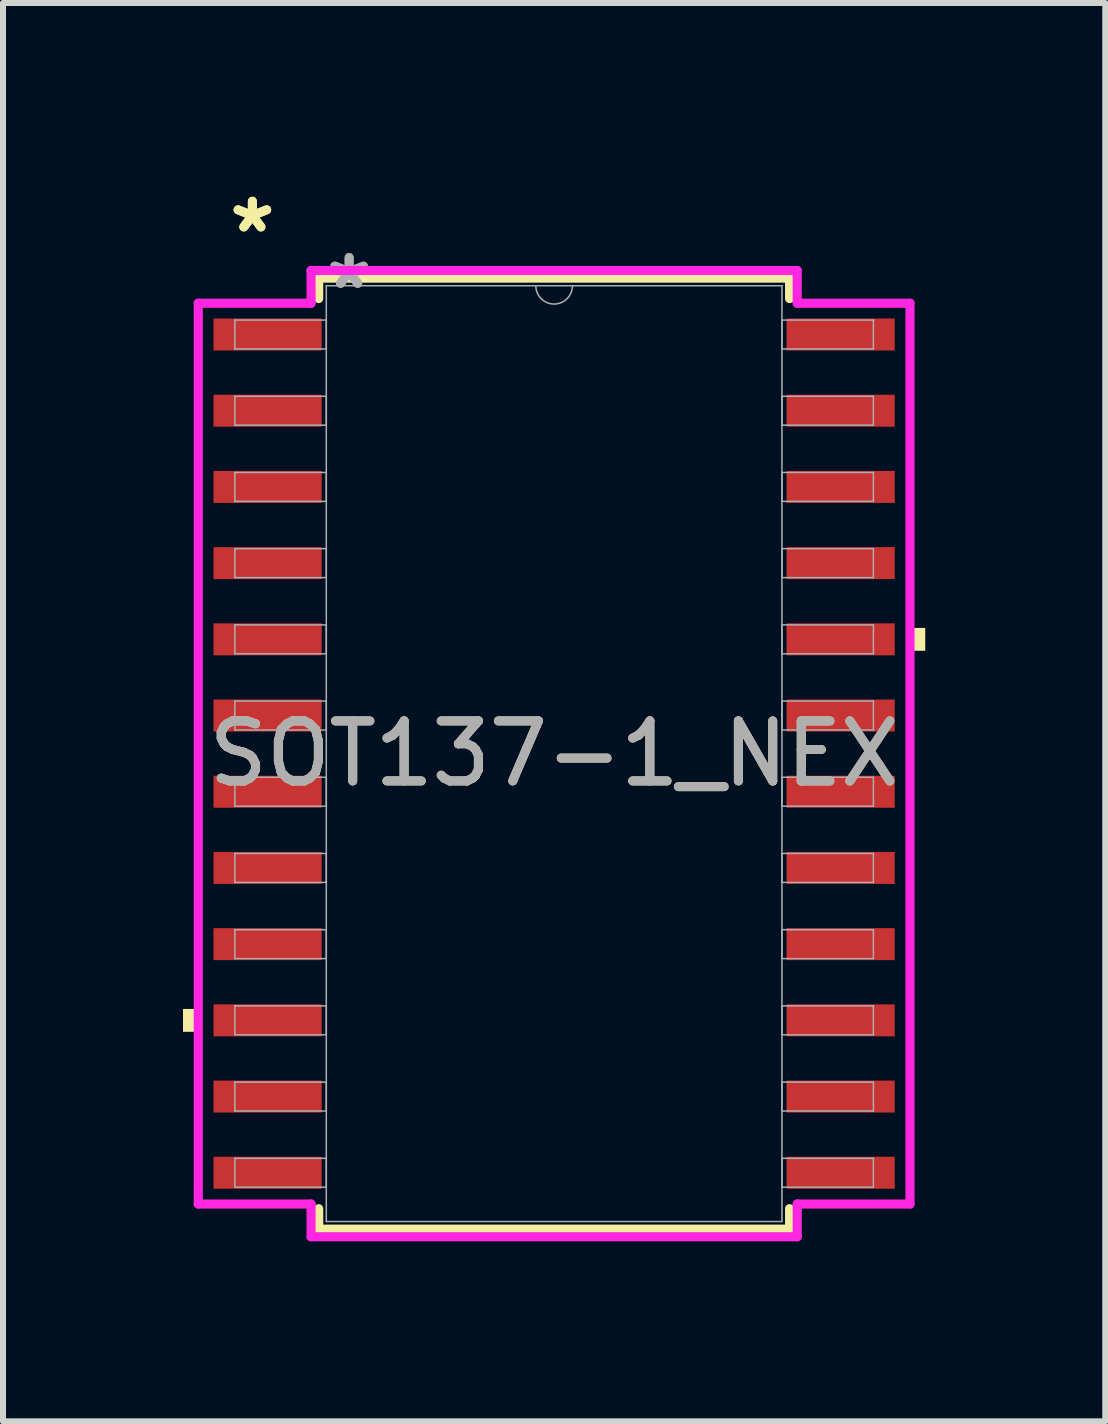
<source format=kicad_pcb>
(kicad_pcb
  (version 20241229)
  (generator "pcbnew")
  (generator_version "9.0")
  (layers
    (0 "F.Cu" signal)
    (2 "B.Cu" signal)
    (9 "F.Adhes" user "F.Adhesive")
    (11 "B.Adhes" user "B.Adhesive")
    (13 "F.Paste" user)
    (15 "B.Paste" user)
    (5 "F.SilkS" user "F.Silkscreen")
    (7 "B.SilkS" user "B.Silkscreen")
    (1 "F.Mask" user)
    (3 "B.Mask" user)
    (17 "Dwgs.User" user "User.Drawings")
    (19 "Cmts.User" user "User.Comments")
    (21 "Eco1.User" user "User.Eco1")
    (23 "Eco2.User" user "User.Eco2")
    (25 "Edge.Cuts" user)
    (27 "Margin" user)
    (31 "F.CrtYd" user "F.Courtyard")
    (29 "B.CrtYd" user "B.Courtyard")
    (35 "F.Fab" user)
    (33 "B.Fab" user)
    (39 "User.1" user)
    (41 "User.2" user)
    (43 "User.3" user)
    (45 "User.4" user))
  (footprint "SOT137-1_NEX"
    (layer "F.Cu")
    (at 6.185 9.51)
    (property "Reference" "SOT137-1_NEX" (at 0 0 0) (unlocked yes) (layer "F.SilkS") (effects (font (size 1 1) (thickness 0.15))))
    (attr smd)
    (fp_line (start -3.924 -7.925) (end -3.924 -7.584) (stroke (width 0.152) (type solid)) (layer "F.SilkS"))
    (fp_line (start -3.924 7.584) (end -3.924 7.925) (stroke (width 0.152) (type solid)) (layer "F.SilkS"))
    (fp_line (start -3.924 7.925) (end 3.924 7.925) (stroke (width 0.152) (type solid)) (layer "F.SilkS"))
    (fp_line (start 3.924 -7.925) (end -3.924 -7.925) (stroke (width 0.152) (type solid)) (layer "F.SilkS"))
    (fp_line (start 3.924 -7.584) (end 3.924 -7.925) (stroke (width 0.152) (type solid)) (layer "F.SilkS"))
    (fp_line (start 3.924 7.925) (end 3.924 7.584) (stroke (width 0.152) (type solid)) (layer "F.SilkS"))
    (fp_poly (pts (xy -6.185 4.255) (xy -6.185 4.636) (xy -5.931 4.636) (xy -5.931 4.255)) (stroke (width 0) (type solid)) (fill yes) (layer "F.SilkS"))
    (fp_poly (pts (xy 6.185 -2.095) (xy 6.185 -1.714) (xy 5.931 -1.714) (xy 5.931 -2.095)) (stroke (width 0) (type solid)) (fill yes) (layer "F.SilkS"))
    (fp_line (start -5.931 -7.506) (end -4.051 -7.506) (stroke (width 0.152) (type solid)) (layer "F.CrtYd"))
    (fp_line (start -5.931 7.506) (end -5.931 -7.506) (stroke (width 0.152) (type solid)) (layer "F.CrtYd"))
    (fp_line (start -5.931 7.506) (end -4.051 7.506) (stroke (width 0.152) (type solid)) (layer "F.CrtYd"))
    (fp_line (start -4.051 -8.052) (end 4.051 -8.052) (stroke (width 0.152) (type solid)) (layer "F.CrtYd"))
    (fp_line (start -4.051 -7.506) (end -4.051 -8.052) (stroke (width 0.152) (type solid)) (layer "F.CrtYd"))
    (fp_line (start -4.051 8.052) (end -4.051 7.506) (stroke (width 0.152) (type solid)) (layer "F.CrtYd"))
    (fp_line (start 4.051 -8.052) (end 4.051 -7.506) (stroke (width 0.152) (type solid)) (layer "F.CrtYd"))
    (fp_line (start 4.051 7.506) (end 4.051 8.052) (stroke (width 0.152) (type solid)) (layer "F.CrtYd"))
    (fp_line (start 4.051 8.052) (end -4.051 8.052) (stroke (width 0.152) (type solid)) (layer "F.CrtYd"))
    (fp_line (start 5.931 -7.506) (end 4.051 -7.506) (stroke (width 0.152) (type solid)) (layer "F.CrtYd"))
    (fp_line (start 5.931 -7.506) (end 5.931 7.506) (stroke (width 0.152) (type solid)) (layer "F.CrtYd"))
    (fp_line (start 5.931 7.506) (end 4.051 7.506) (stroke (width 0.152) (type solid)) (layer "F.CrtYd"))
    (fp_line (start -5.321 -7.226) (end -5.321 -6.744) (stroke (width 0.025) (type solid)) (layer "F.Fab"))
    (fp_line (start -5.321 -6.744) (end -3.797 -6.744) (stroke (width 0.025) (type solid)) (layer "F.Fab"))
    (fp_line (start -5.321 -5.956) (end -5.321 -5.474) (stroke (width 0.025) (type solid)) (layer "F.Fab"))
    (fp_line (start -5.321 -5.474) (end -3.797 -5.474) (stroke (width 0.025) (type solid)) (layer "F.Fab"))
    (fp_line (start -5.321 -4.686) (end -5.321 -4.204) (stroke (width 0.025) (type solid)) (layer "F.Fab"))
    (fp_line (start -5.321 -4.204) (end -3.797 -4.204) (stroke (width 0.025) (type solid)) (layer "F.Fab"))
    (fp_line (start -5.321 -3.416) (end -5.321 -2.934) (stroke (width 0.025) (type solid)) (layer "F.Fab"))
    (fp_line (start -5.321 -2.934) (end -3.797 -2.934) (stroke (width 0.025) (type solid)) (layer "F.Fab"))
    (fp_line (start -5.321 -2.146) (end -5.321 -1.664) (stroke (width 0.025) (type solid)) (layer "F.Fab"))
    (fp_line (start -5.321 -1.664) (end -3.797 -1.664) (stroke (width 0.025) (type solid)) (layer "F.Fab"))
    (fp_line (start -5.321 -0.876) (end -5.321 -0.394) (stroke (width 0.025) (type solid)) (layer "F.Fab"))
    (fp_line (start -5.321 -0.394) (end -3.797 -0.394) (stroke (width 0.025) (type solid)) (layer "F.Fab"))
    (fp_line (start -5.321 0.394) (end -5.321 0.876) (stroke (width 0.025) (type solid)) (layer "F.Fab"))
    (fp_line (start -5.321 0.876) (end -3.797 0.876) (stroke (width 0.025) (type solid)) (layer "F.Fab"))
    (fp_line (start -5.321 1.664) (end -5.321 2.146) (stroke (width 0.025) (type solid)) (layer "F.Fab"))
    (fp_line (start -5.321 2.146) (end -3.797 2.146) (stroke (width 0.025) (type solid)) (layer "F.Fab"))
    (fp_line (start -5.321 2.934) (end -5.321 3.416) (stroke (width 0.025) (type solid)) (layer "F.Fab"))
    (fp_line (start -5.321 3.416) (end -3.797 3.416) (stroke (width 0.025) (type solid)) (layer "F.Fab"))
    (fp_line (start -5.321 4.204) (end -5.321 4.686) (stroke (width 0.025) (type solid)) (layer "F.Fab"))
    (fp_line (start -5.321 4.686) (end -3.797 4.686) (stroke (width 0.025) (type solid)) (layer "F.Fab"))
    (fp_line (start -5.321 5.474) (end -5.321 5.956) (stroke (width 0.025) (type solid)) (layer "F.Fab"))
    (fp_line (start -5.321 5.956) (end -3.797 5.956) (stroke (width 0.025) (type solid)) (layer "F.Fab"))
    (fp_line (start -5.321 6.744) (end -5.321 7.226) (stroke (width 0.025) (type solid)) (layer "F.Fab"))
    (fp_line (start -5.321 7.226) (end -3.797 7.226) (stroke (width 0.025) (type solid)) (layer "F.Fab"))
    (fp_line (start -3.797 -7.798) (end -3.797 7.798) (stroke (width 0.025) (type solid)) (layer "F.Fab"))
    (fp_line (start -3.797 -7.226) (end -5.321 -7.226) (stroke (width 0.025) (type solid)) (layer "F.Fab"))
    (fp_line (start -3.797 -6.744) (end -3.797 -7.226) (stroke (width 0.025) (type solid)) (layer "F.Fab"))
    (fp_line (start -3.797 -5.956) (end -5.321 -5.956) (stroke (width 0.025) (type solid)) (layer "F.Fab"))
    (fp_line (start -3.797 -5.474) (end -3.797 -5.956) (stroke (width 0.025) (type solid)) (layer "F.Fab"))
    (fp_line (start -3.797 -4.686) (end -5.321 -4.686) (stroke (width 0.025) (type solid)) (layer "F.Fab"))
    (fp_line (start -3.797 -4.204) (end -3.797 -4.686) (stroke (width 0.025) (type solid)) (layer "F.Fab"))
    (fp_line (start -3.797 -3.416) (end -5.321 -3.416) (stroke (width 0.025) (type solid)) (layer "F.Fab"))
    (fp_line (start -3.797 -2.934) (end -3.797 -3.416) (stroke (width 0.025) (type solid)) (layer "F.Fab"))
    (fp_line (start -3.797 -2.146) (end -5.321 -2.146) (stroke (width 0.025) (type solid)) (layer "F.Fab"))
    (fp_line (start -3.797 -1.664) (end -3.797 -2.146) (stroke (width 0.025) (type solid)) (layer "F.Fab"))
    (fp_line (start -3.797 -0.876) (end -5.321 -0.876) (stroke (width 0.025) (type solid)) (layer "F.Fab"))
    (fp_line (start -3.797 -0.394) (end -3.797 -0.876) (stroke (width 0.025) (type solid)) (layer "F.Fab"))
    (fp_line (start -3.797 0.394) (end -5.321 0.394) (stroke (width 0.025) (type solid)) (layer "F.Fab"))
    (fp_line (start -3.797 0.876) (end -3.797 0.394) (stroke (width 0.025) (type solid)) (layer "F.Fab"))
    (fp_line (start -3.797 1.664) (end -5.321 1.664) (stroke (width 0.025) (type solid)) (layer "F.Fab"))
    (fp_line (start -3.797 2.146) (end -3.797 1.664) (stroke (width 0.025) (type solid)) (layer "F.Fab"))
    (fp_line (start -3.797 2.934) (end -5.321 2.934) (stroke (width 0.025) (type solid)) (layer "F.Fab"))
    (fp_line (start -3.797 3.416) (end -3.797 2.934) (stroke (width 0.025) (type solid)) (layer "F.Fab"))
    (fp_line (start -3.797 4.204) (end -5.321 4.204) (stroke (width 0.025) (type solid)) (layer "F.Fab"))
    (fp_line (start -3.797 4.686) (end -3.797 4.204) (stroke (width 0.025) (type solid)) (layer "F.Fab"))
    (fp_line (start -3.797 5.474) (end -5.321 5.474) (stroke (width 0.025) (type solid)) (layer "F.Fab"))
    (fp_line (start -3.797 5.956) (end -3.797 5.474) (stroke (width 0.025) (type solid)) (layer "F.Fab"))
    (fp_line (start -3.797 6.744) (end -5.321 6.744) (stroke (width 0.025) (type solid)) (layer "F.Fab"))
    (fp_line (start -3.797 7.226) (end -3.797 6.744) (stroke (width 0.025) (type solid)) (layer "F.Fab"))
    (fp_line (start -3.797 7.798) (end 3.797 7.798) (stroke (width 0.025) (type solid)) (layer "F.Fab"))
    (fp_line (start 3.797 -7.798) (end -3.797 -7.798) (stroke (width 0.025) (type solid)) (layer "F.Fab"))
    (fp_line (start 3.797 -7.226) (end 3.797 -6.744) (stroke (width 0.025) (type solid)) (layer "F.Fab"))
    (fp_line (start 3.797 -6.744) (end 5.321 -6.744) (stroke (width 0.025) (type solid)) (layer "F.Fab"))
    (fp_line (start 3.797 -5.956) (end 3.797 -5.474) (stroke (width 0.025) (type solid)) (layer "F.Fab"))
    (fp_line (start 3.797 -5.474) (end 5.321 -5.474) (stroke (width 0.025) (type solid)) (layer "F.Fab"))
    (fp_line (start 3.797 -4.686) (end 3.797 -4.204) (stroke (width 0.025) (type solid)) (layer "F.Fab"))
    (fp_line (start 3.797 -4.204) (end 5.321 -4.204) (stroke (width 0.025) (type solid)) (layer "F.Fab"))
    (fp_line (start 3.797 -3.416) (end 3.797 -2.934) (stroke (width 0.025) (type solid)) (layer "F.Fab"))
    (fp_line (start 3.797 -2.934) (end 5.321 -2.934) (stroke (width 0.025) (type solid)) (layer "F.Fab"))
    (fp_line (start 3.797 -2.146) (end 3.797 -1.664) (stroke (width 0.025) (type solid)) (layer "F.Fab"))
    (fp_line (start 3.797 -1.664) (end 5.321 -1.664) (stroke (width 0.025) (type solid)) (layer "F.Fab"))
    (fp_line (start 3.797 -0.876) (end 3.797 -0.394) (stroke (width 0.025) (type solid)) (layer "F.Fab"))
    (fp_line (start 3.797 -0.394) (end 5.321 -0.394) (stroke (width 0.025) (type solid)) (layer "F.Fab"))
    (fp_line (start 3.797 0.394) (end 3.797 0.876) (stroke (width 0.025) (type solid)) (layer "F.Fab"))
    (fp_line (start 3.797 0.876) (end 5.321 0.876) (stroke (width 0.025) (type solid)) (layer "F.Fab"))
    (fp_line (start 3.797 1.664) (end 3.797 2.146) (stroke (width 0.025) (type solid)) (layer "F.Fab"))
    (fp_line (start 3.797 2.146) (end 5.321 2.146) (stroke (width 0.025) (type solid)) (layer "F.Fab"))
    (fp_line (start 3.797 2.934) (end 3.797 3.416) (stroke (width 0.025) (type solid)) (layer "F.Fab"))
    (fp_line (start 3.797 3.416) (end 5.321 3.416) (stroke (width 0.025) (type solid)) (layer "F.Fab"))
    (fp_line (start 3.797 4.204) (end 3.797 4.686) (stroke (width 0.025) (type solid)) (layer "F.Fab"))
    (fp_line (start 3.797 4.686) (end 5.321 4.686) (stroke (width 0.025) (type solid)) (layer "F.Fab"))
    (fp_line (start 3.797 5.474) (end 3.797 5.956) (stroke (width 0.025) (type solid)) (layer "F.Fab"))
    (fp_line (start 3.797 5.956) (end 5.321 5.956) (stroke (width 0.025) (type solid)) (layer "F.Fab"))
    (fp_line (start 3.797 6.744) (end 3.797 7.226) (stroke (width 0.025) (type solid)) (layer "F.Fab"))
    (fp_line (start 3.797 7.226) (end 5.321 7.226) (stroke (width 0.025) (type solid)) (layer "F.Fab"))
    (fp_line (start 3.797 7.798) (end 3.797 -7.798) (stroke (width 0.025) (type solid)) (layer "F.Fab"))
    (fp_line (start 5.321 -7.226) (end 3.797 -7.226) (stroke (width 0.025) (type solid)) (layer "F.Fab"))
    (fp_line (start 5.321 -6.744) (end 5.321 -7.226) (stroke (width 0.025) (type solid)) (layer "F.Fab"))
    (fp_line (start 5.321 -5.956) (end 3.797 -5.956) (stroke (width 0.025) (type solid)) (layer "F.Fab"))
    (fp_line (start 5.321 -5.474) (end 5.321 -5.956) (stroke (width 0.025) (type solid)) (layer "F.Fab"))
    (fp_line (start 5.321 -4.686) (end 3.797 -4.686) (stroke (width 0.025) (type solid)) (layer "F.Fab"))
    (fp_line (start 5.321 -4.204) (end 5.321 -4.686) (stroke (width 0.025) (type solid)) (layer "F.Fab"))
    (fp_line (start 5.321 -3.416) (end 3.797 -3.416) (stroke (width 0.025) (type solid)) (layer "F.Fab"))
    (fp_line (start 5.321 -2.934) (end 5.321 -3.416) (stroke (width 0.025) (type solid)) (layer "F.Fab"))
    (fp_line (start 5.321 -2.146) (end 3.797 -2.146) (stroke (width 0.025) (type solid)) (layer "F.Fab"))
    (fp_line (start 5.321 -1.664) (end 5.321 -2.146) (stroke (width 0.025) (type solid)) (layer "F.Fab"))
    (fp_line (start 5.321 -0.876) (end 3.797 -0.876) (stroke (width 0.025) (type solid)) (layer "F.Fab"))
    (fp_line (start 5.321 -0.394) (end 5.321 -0.876) (stroke (width 0.025) (type solid)) (layer "F.Fab"))
    (fp_line (start 5.321 0.394) (end 3.797 0.394) (stroke (width 0.025) (type solid)) (layer "F.Fab"))
    (fp_line (start 5.321 0.876) (end 5.321 0.394) (stroke (width 0.025) (type solid)) (layer "F.Fab"))
    (fp_line (start 5.321 1.664) (end 3.797 1.664) (stroke (width 0.025) (type solid)) (layer "F.Fab"))
    (fp_line (start 5.321 2.146) (end 5.321 1.664) (stroke (width 0.025) (type solid)) (layer "F.Fab"))
    (fp_line (start 5.321 2.934) (end 3.797 2.934) (stroke (width 0.025) (type solid)) (layer "F.Fab"))
    (fp_line (start 5.321 3.416) (end 5.321 2.934) (stroke (width 0.025) (type solid)) (layer "F.Fab"))
    (fp_line (start 5.321 4.204) (end 3.797 4.204) (stroke (width 0.025) (type solid)) (layer "F.Fab"))
    (fp_line (start 5.321 4.686) (end 5.321 4.204) (stroke (width 0.025) (type solid)) (layer "F.Fab"))
    (fp_line (start 5.321 5.474) (end 3.797 5.474) (stroke (width 0.025) (type solid)) (layer "F.Fab"))
    (fp_line (start 5.321 5.956) (end 5.321 5.474) (stroke (width 0.025) (type solid)) (layer "F.Fab"))
    (fp_line (start 5.321 6.744) (end 3.797 6.744) (stroke (width 0.025) (type solid)) (layer "F.Fab"))
    (fp_line (start 5.321 7.226) (end 5.321 6.744) (stroke (width 0.025) (type solid)) (layer "F.Fab"))
    (fp_arc (start 0.3048 -7.7978) (mid 0 -7.493) (end -0.3048 -7.7978) (stroke (width 0.0254) (type solid)) (layer "F.Fab"))
    (fp_text user "*" (at -5.029 -8.661 0) (layer "F.SilkS") (effects (font (size 1 1) (thickness 0.15))))
    (fp_text user "*" (at -5.029 -8.661 0) (unlocked yes) (layer "F.SilkS") (effects (font (size 1 1) (thickness 0.15))))
    (fp_text user "${REFERENCE}" (at 0 0 0) (unlocked yes) (layer "F.Fab") (effects (font (size 1 1) (thickness 0.15))))
    (fp_text user "*" (at -3.416 -7.722 0) (unlocked yes) (layer "F.Fab") (effects (font (size 1 1) (thickness 0.15))))
    (fp_text user "*" (at -3.416 -7.722 0) (layer "F.Fab") (effects (font (size 1 1) (thickness 0.15))))
    (pad "1" smd rect (at -4.775 -6.985) (size 1.803 0.533) (layers "F.Cu" "F.Mask" "F.Paste"))
    (pad "2" smd rect (at -4.775 -5.715) (size 1.803 0.533) (layers "F.Cu" "F.Mask" "F.Paste"))
    (pad "3" smd rect (at -4.775 -4.445) (size 1.803 0.533) (layers "F.Cu" "F.Mask" "F.Paste"))
    (pad "4" smd rect (at -4.775 -3.175) (size 1.803 0.533) (layers "F.Cu" "F.Mask" "F.Paste"))
    (pad "5" smd rect (at -4.775 -1.905) (size 1.803 0.533) (layers "F.Cu" "F.Mask" "F.Paste"))
    (pad "6" smd rect (at -4.775 -0.635) (size 1.803 0.533) (layers "F.Cu" "F.Mask" "F.Paste"))
    (pad "7" smd rect (at -4.775 0.635) (size 1.803 0.533) (layers "F.Cu" "F.Mask" "F.Paste"))
    (pad "8" smd rect (at -4.775 1.905) (size 1.803 0.533) (layers "F.Cu" "F.Mask" "F.Paste"))
    (pad "9" smd rect (at -4.775 3.175) (size 1.803 0.533) (layers "F.Cu" "F.Mask" "F.Paste"))
    (pad "10" smd rect (at -4.775 4.445) (size 1.803 0.533) (layers "F.Cu" "F.Mask" "F.Paste"))
    (pad "11" smd rect (at -4.775 5.715) (size 1.803 0.533) (layers "F.Cu" "F.Mask" "F.Paste"))
    (pad "12" smd rect (at -4.775 6.985) (size 1.803 0.533) (layers "F.Cu" "F.Mask" "F.Paste"))
    (pad "13" smd rect (at 4.775 6.985) (size 1.803 0.533) (layers "F.Cu" "F.Mask" "F.Paste"))
    (pad "14" smd rect (at 4.775 5.715) (size 1.803 0.533) (layers "F.Cu" "F.Mask" "F.Paste"))
    (pad "15" smd rect (at 4.775 4.445) (size 1.803 0.533) (layers "F.Cu" "F.Mask" "F.Paste"))
    (pad "16" smd rect (at 4.775 3.175) (size 1.803 0.533) (layers "F.Cu" "F.Mask" "F.Paste"))
    (pad "17" smd rect (at 4.775 1.905) (size 1.803 0.533) (layers "F.Cu" "F.Mask" "F.Paste"))
    (pad "18" smd rect (at 4.775 0.635) (size 1.803 0.533) (layers "F.Cu" "F.Mask" "F.Paste"))
    (pad "19" smd rect (at 4.775 -0.635) (size 1.803 0.533) (layers "F.Cu" "F.Mask" "F.Paste"))
    (pad "20" smd rect (at 4.775 -1.905) (size 1.803 0.533) (layers "F.Cu" "F.Mask" "F.Paste"))
    (pad "21" smd rect (at 4.775 -3.175) (size 1.803 0.533) (layers "F.Cu" "F.Mask" "F.Paste"))
    (pad "22" smd rect (at 4.775 -4.445) (size 1.803 0.533) (layers "F.Cu" "F.Mask" "F.Paste"))
    (pad "23" smd rect (at 4.775 -5.715) (size 1.803 0.533) (layers "F.Cu" "F.Mask" "F.Paste"))
    (pad "24" smd rect (at 4.775 -6.985) (size 1.803 0.533) (layers "F.Cu" "F.Mask" "F.Paste")))
  (gr_rect
    (start -3 -3)
    (end 15.37 20.638)
    (stroke (width 0.1) (type default))
    (fill no)
    (layer "Edge.Cuts")))
</source>
